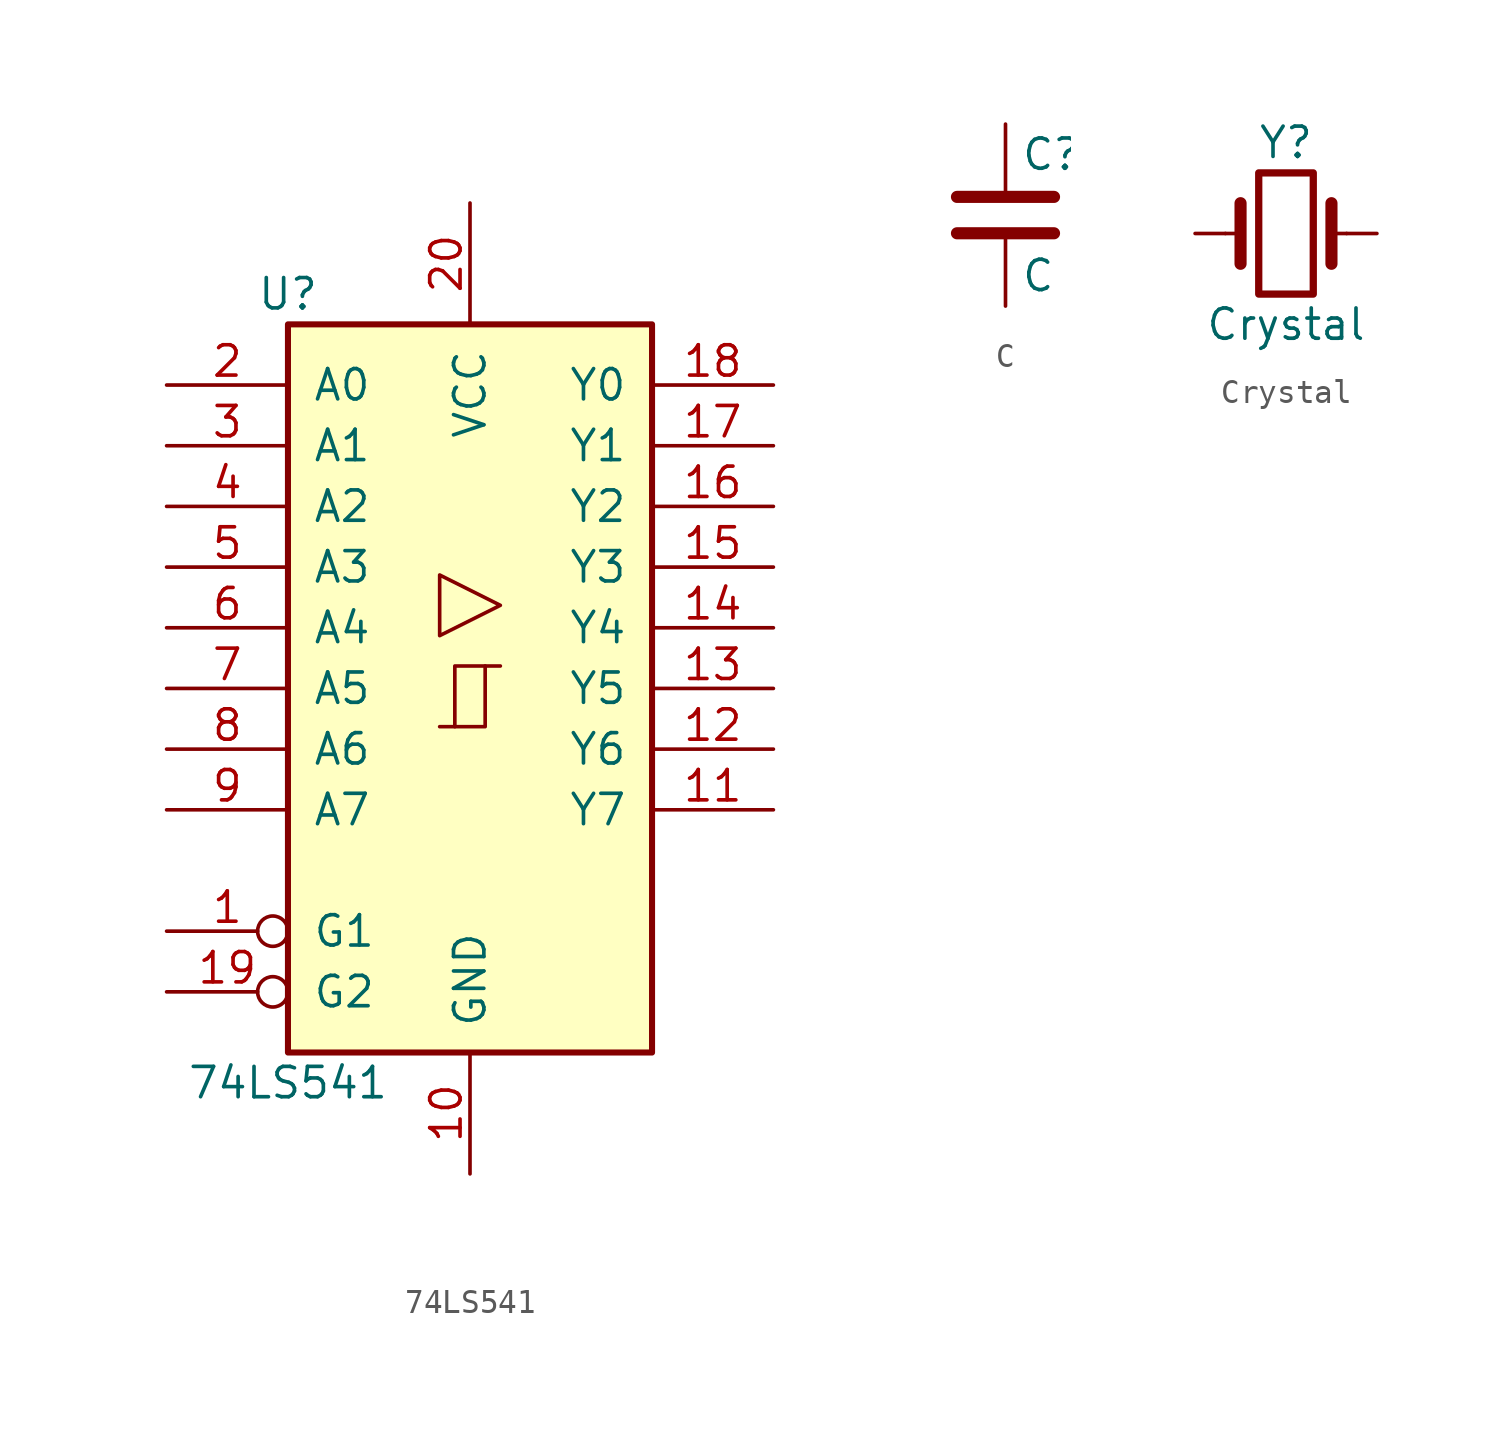
<source format=kicad_sym>
(kicad_symbol_lib
  (version 20201005)
  (generator kicad_symbol_editor)
  (symbol "interf_u_schlib:74LS541"
    (pin_names
      (offset 1.016))
    (property "Reference" "U"
      (at -7.62 16.51 0)
      (effects (font (size 1.27 1.27))))
    (property "Value" "74LS541"
      (at -7.62 -16.51 0)
      (effects (font (size 1.27 1.27))))
    (property "ki_locked" ""
      (at 0 0 0)
      (effects (font (size 1.27 1.27))))
    (symbol "74LS541_1_1"
      (rectangle (start -7.62 15.24) (end 7.62 -15.24) (stroke (width 0.254)) (fill (type background))))
    (symbol "74LS541_1_0"
      (polyline (pts (xy -0.635 -1.6) (xy -0.635 0.94) (xy 0.635 0.94)) (stroke (width 0)) (fill (type none)))
      (polyline (pts (xy -1.27 -1.6) (xy 0.635 -1.6) (xy 0.635 0.94) (xy 1.27 0.94)) (stroke (width 0)) (fill (type none)))
      (polyline (pts (xy 1.27 3.48) (xy -1.27 4.75) (xy -1.27 2.21) (xy 1.27 3.48)) (stroke (width 0.152)) (fill (type none)))
      (pin input inverted (at -12.7 -10.16 0) (length 5.08) (name "G1" (effects (font (size 1.27 1.27)))) (number "1" (effects (font (size 1.27 1.27)))))
      (pin power_in line (at 0 -20.32 90) (length 5.08) (name "GND" (effects (font (size 1.27 1.27)))) (number "10" (effects (font (size 1.27 1.27)))))
      (pin tri_state line (at 12.7 -5.08 180) (length 5.08) (name "Y7" (effects (font (size 1.27 1.27)))) (number "11" (effects (font (size 1.27 1.27)))))
      (pin tri_state line (at 12.7 -2.54 180) (length 5.08) (name "Y6" (effects (font (size 1.27 1.27)))) (number "12" (effects (font (size 1.27 1.27)))))
      (pin tri_state line (at 12.7 0 180) (length 5.08) (name "Y5" (effects (font (size 1.27 1.27)))) (number "13" (effects (font (size 1.27 1.27)))))
      (pin tri_state line (at 12.7 2.54 180) (length 5.08) (name "Y4" (effects (font (size 1.27 1.27)))) (number "14" (effects (font (size 1.27 1.27)))))
      (pin tri_state line (at 12.7 5.08 180) (length 5.08) (name "Y3" (effects (font (size 1.27 1.27)))) (number "15" (effects (font (size 1.27 1.27)))))
      (pin tri_state line (at 12.7 7.62 180) (length 5.08) (name "Y2" (effects (font (size 1.27 1.27)))) (number "16" (effects (font (size 1.27 1.27)))))
      (pin tri_state line (at 12.7 10.16 180) (length 5.08) (name "Y1" (effects (font (size 1.27 1.27)))) (number "17" (effects (font (size 1.27 1.27)))))
      (pin tri_state line (at 12.7 12.7 180) (length 5.08) (name "Y0" (effects (font (size 1.27 1.27)))) (number "18" (effects (font (size 1.27 1.27)))))
      (pin input inverted (at -12.7 -12.7 0) (length 5.08) (name "G2" (effects (font (size 1.27 1.27)))) (number "19" (effects (font (size 1.27 1.27)))))
      (pin input line (at -12.7 12.7 0) (length 5.08) (name "A0" (effects (font (size 1.27 1.27)))) (number "2" (effects (font (size 1.27 1.27)))))
      (pin power_in line (at 0 20.32 270) (length 5.08) (name "VCC" (effects (font (size 1.27 1.27)))) (number "20" (effects (font (size 1.27 1.27)))))
      (pin input line (at -12.7 10.16 0) (length 5.08) (name "A1" (effects (font (size 1.27 1.27)))) (number "3" (effects (font (size 1.27 1.27)))))
      (pin input line (at -12.7 7.62 0) (length 5.08) (name "A2" (effects (font (size 1.27 1.27)))) (number "4" (effects (font (size 1.27 1.27)))))
      (pin input line (at -12.7 5.08 0) (length 5.08) (name "A3" (effects (font (size 1.27 1.27)))) (number "5" (effects (font (size 1.27 1.27)))))
      (pin input line (at -12.7 2.54 0) (length 5.08) (name "A4" (effects (font (size 1.27 1.27)))) (number "6" (effects (font (size 1.27 1.27)))))
      (pin input line (at -12.7 0 0) (length 5.08) (name "A5" (effects (font (size 1.27 1.27)))) (number "7" (effects (font (size 1.27 1.27)))))
      (pin input line (at -12.7 -2.54 0) (length 5.08) (name "A6" (effects (font (size 1.27 1.27)))) (number "8" (effects (font (size 1.27 1.27)))))
      (pin input line (at -12.7 -5.08 0) (length 5.08) (name "A7" (effects (font (size 1.27 1.27)))) (number "9" (effects (font (size 1.27 1.27)))))))
  (symbol "interf_u_schlib:C"
    (pin_numbers hide)
    (pin_names
      (offset 0.254))
    (property "Reference" "C"
      (at 0.635 2.54 0)
      (effects (font (size 1.27 1.27)) (justify left)))
    (property "Value" "C"
      (at 0.635 -2.54 0)
      (effects (font (size 1.27 1.27)) (justify left)))
    (symbol "C_0_1"
      (polyline (pts (xy -2.032 -0.762) (xy 2.032 -0.762)) (stroke (width 0.508)) (fill (type none)))
      (polyline (pts (xy -2.032 0.762) (xy 2.032 0.762)) (stroke (width 0.508)) (fill (type none))))
    (symbol "C_1_1"
      (pin passive line (at 0 3.81 270) (length 2.794) (name "~" (effects (font (size 1.27 1.27)))) (number "1" (effects (font (size 1.27 1.27)))))
      (pin passive line (at 0 -3.81 90) (length 2.794) (name "~" (effects (font (size 1.27 1.27)))) (number "2" (effects (font (size 1.27 1.27)))))))
  (symbol "interf_u_schlib:Crystal"
    (pin_numbers hide)
    (pin_names
      (offset 1.016) hide)
    (property "Reference" "Y"
      (at 0 3.81 0)
      (effects (font (size 1.27 1.27))))
    (property "Value" "Crystal"
      (at 0 -3.81 0)
      (effects (font (size 1.27 1.27))))
    (symbol "Crystal_0_1"
      (rectangle (start -1.143 2.54) (end 1.143 -2.54) (stroke (width 0.305)) (fill (type none)))
      (polyline (pts (xy -2.54 0) (xy -1.905 0)) (stroke (width 0)) (fill (type none)))
      (polyline (pts (xy -1.905 -1.27) (xy -1.905 1.27)) (stroke (width 0.508)) (fill (type none)))
      (polyline (pts (xy 1.905 -1.27) (xy 1.905 1.27)) (stroke (width 0.508)) (fill (type none)))
      (polyline (pts (xy 2.54 0) (xy 1.905 0)) (stroke (width 0)) (fill (type none))))
    (symbol "Crystal_1_1"
      (pin passive line (at -3.81 0 0) (length 1.27) (name "1" (effects (font (size 1.27 1.27)))) (number "1" (effects (font (size 1.27 1.27)))))
      (pin passive line (at 3.81 0 180) (length 1.27) (name "2" (effects (font (size 1.27 1.27)))) (number "2" (effects (font (size 1.27 1.27))))))))
</source>
